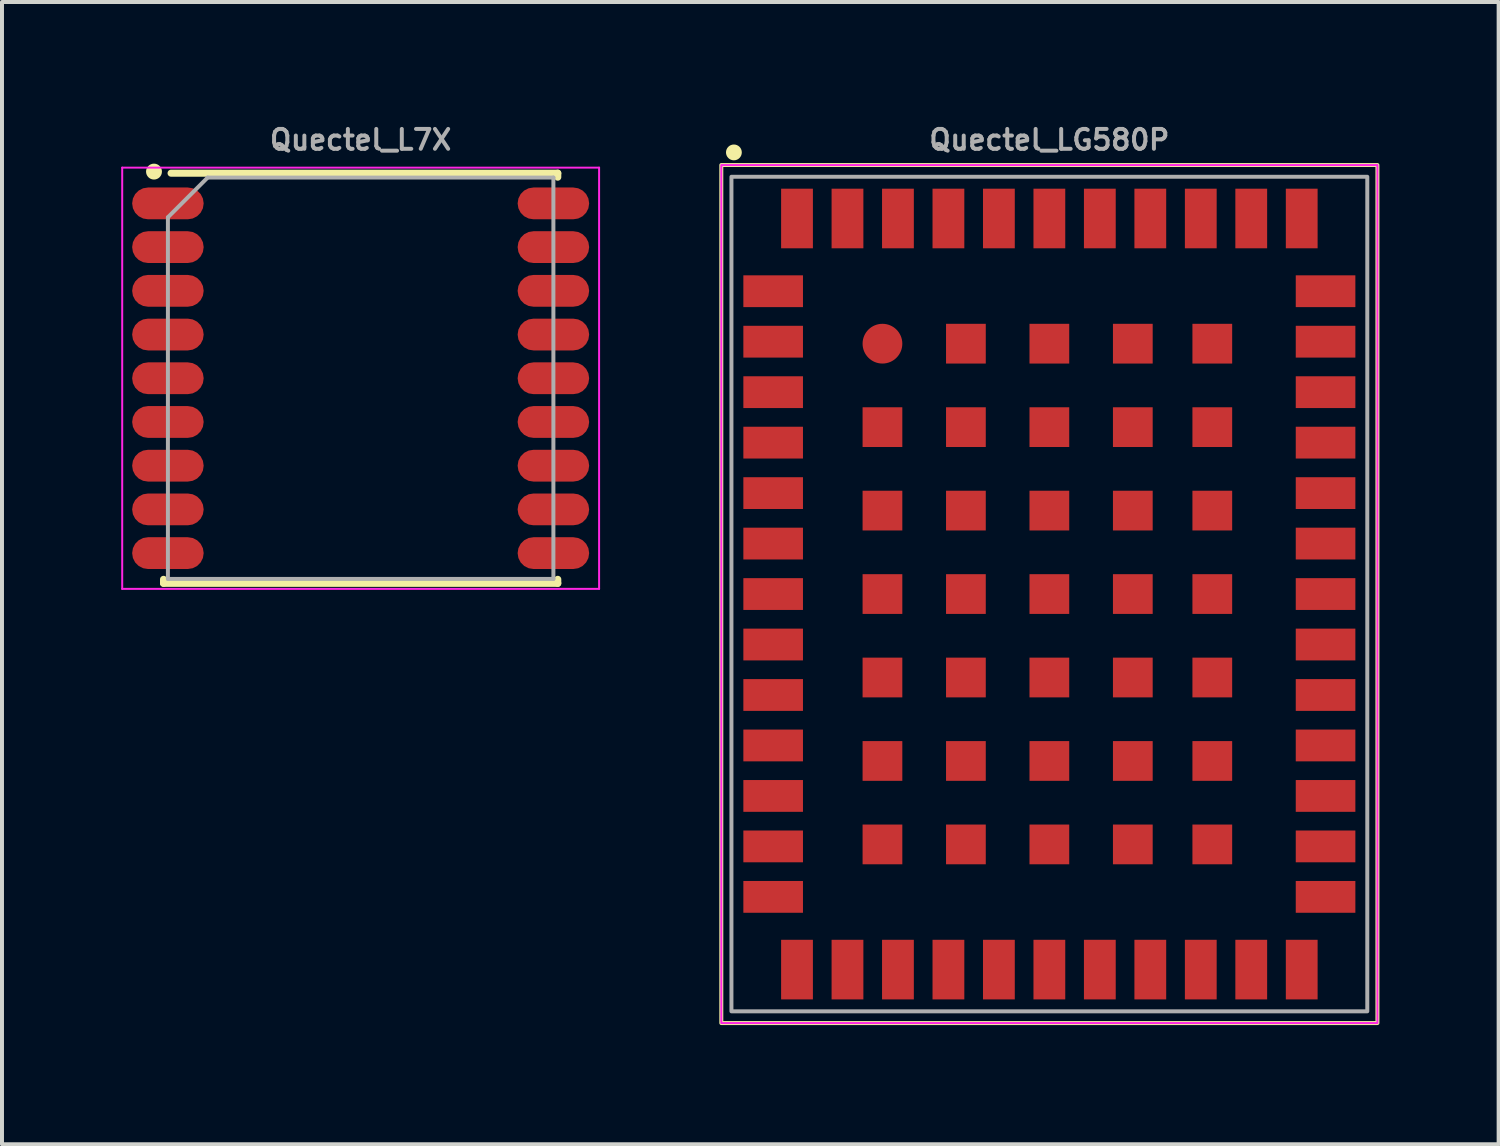
<source format=kicad_pcb>
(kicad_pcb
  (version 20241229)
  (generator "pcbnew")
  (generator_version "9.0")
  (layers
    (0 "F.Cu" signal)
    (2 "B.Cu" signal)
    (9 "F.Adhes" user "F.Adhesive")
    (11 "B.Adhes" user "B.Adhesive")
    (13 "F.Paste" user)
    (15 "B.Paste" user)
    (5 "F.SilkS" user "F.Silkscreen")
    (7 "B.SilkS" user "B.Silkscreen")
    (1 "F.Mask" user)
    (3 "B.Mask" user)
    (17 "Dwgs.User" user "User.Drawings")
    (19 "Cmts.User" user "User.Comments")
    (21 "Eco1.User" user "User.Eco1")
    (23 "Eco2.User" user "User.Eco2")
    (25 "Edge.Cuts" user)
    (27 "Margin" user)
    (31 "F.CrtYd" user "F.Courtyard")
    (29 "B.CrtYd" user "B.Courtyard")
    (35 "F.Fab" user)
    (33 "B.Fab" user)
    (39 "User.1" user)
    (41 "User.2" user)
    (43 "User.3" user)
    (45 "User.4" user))
  (footprint "Quectel_L7X"
    (layer "F.Cu")
    (at 6.025 6.468)
    (property "Reference" "Quectel_L7X" (at 0 -6 0) (layer "F.Fab") (effects (font (size 0.5 0.5) (thickness 0.1))))
    (attr smd)
    (fp_line (start -4.96 5.06) (end -4.96 5.16) (stroke (width 0.178) (type solid)) (layer "F.SilkS"))
    (fp_line (start -4.96 5.16) (end 4.96 5.16) (stroke (width 0.178) (type solid)) (layer "F.SilkS"))
    (fp_line (start -4.77 -5.16) (end 4.96 -5.16) (stroke (width 0.178) (type solid)) (layer "F.SilkS"))
    (fp_line (start 4.96 -5.16) (end 4.96 -5.06) (stroke (width 0.178) (type solid)) (layer "F.SilkS"))
    (fp_line (start 4.96 5.06) (end 4.96 5.16) (stroke (width 0.178) (type solid)) (layer "F.SilkS"))
    (fp_circle (center -5.2 -5.2) (end -5.3 -5.2) (stroke (width 0.2) (type solid)) (fill yes) (layer "F.SilkS"))
    (fp_line (start -6 -5.3) (end -6 5.3) (stroke (width 0.05) (type solid)) (layer "F.CrtYd"))
    (fp_line (start -6 -5.3) (end 6 -5.3) (stroke (width 0.05) (type solid)) (layer "F.CrtYd"))
    (fp_line (start -6 5.3) (end 6 5.3) (stroke (width 0.05) (type solid)) (layer "F.CrtYd"))
    (fp_line (start 6 -5.3) (end 6 5.3) (stroke (width 0.05) (type solid)) (layer "F.CrtYd"))
    (fp_line (start -4.85 -4.05) (end -4.85 5.05) (stroke (width 0.1) (type solid)) (layer "F.Fab"))
    (fp_line (start -4.85 5.05) (end 4.85 5.05) (stroke (width 0.1) (type solid)) (layer "F.Fab"))
    (fp_line (start -3.85 -5.05) (end -4.85 -4.05) (stroke (width 0.1) (type solid)) (layer "F.Fab"))
    (fp_line (start -3.85 -5.05) (end 4.85 -5.05) (stroke (width 0.1) (type solid)) (layer "F.Fab"))
    (fp_line (start 4.85 -5.05) (end 4.85 5.05) (stroke (width 0.1) (type solid)) (layer "F.Fab"))
    (pad "1" smd roundrect (at -4.85 -4.4) (size 1.8 0.8) (layers "F.Cu" "F.Mask" "F.Paste") (roundrect_rratio 0.5))
    (pad "2" smd roundrect (at -4.85 -3.3) (size 1.8 0.8) (layers "F.Cu" "F.Mask" "F.Paste") (roundrect_rratio 0.5))
    (pad "3" smd roundrect (at -4.85 -2.2) (size 1.8 0.8) (layers "F.Cu" "F.Mask" "F.Paste") (roundrect_rratio 0.5))
    (pad "4" smd roundrect (at -4.85 -1.1) (size 1.8 0.8) (layers "F.Cu" "F.Mask" "F.Paste") (roundrect_rratio 0.5))
    (pad "5" smd roundrect (at -4.85 0) (size 1.8 0.8) (layers "F.Cu" "F.Mask" "F.Paste") (roundrect_rratio 0.5))
    (pad "6" smd roundrect (at -4.85 1.1) (size 1.8 0.8) (layers "F.Cu" "F.Mask" "F.Paste") (roundrect_rratio 0.5))
    (pad "7" smd roundrect (at -4.85 2.2) (size 1.8 0.8) (layers "F.Cu" "F.Mask" "F.Paste") (roundrect_rratio 0.5))
    (pad "8" smd roundrect (at -4.85 3.3) (size 1.8 0.8) (layers "F.Cu" "F.Mask" "F.Paste") (roundrect_rratio 0.5))
    (pad "9" smd roundrect (at -4.85 4.4) (size 1.8 0.8) (layers "F.Cu" "F.Mask" "F.Paste") (roundrect_rratio 0.5))
    (pad "10" smd roundrect (at 4.85 4.4) (size 1.8 0.8) (layers "F.Cu" "F.Mask" "F.Paste") (roundrect_rratio 0.5))
    (pad "11" smd roundrect (at 4.85 3.3) (size 1.8 0.8) (layers "F.Cu" "F.Mask" "F.Paste") (roundrect_rratio 0.5))
    (pad "12" smd roundrect (at 4.85 2.2) (size 1.8 0.8) (layers "F.Cu" "F.Mask" "F.Paste") (roundrect_rratio 0.5))
    (pad "13" smd roundrect (at 4.85 1.1) (size 1.8 0.8) (layers "F.Cu" "F.Mask" "F.Paste") (roundrect_rratio 0.5))
    (pad "14" smd roundrect (at 4.85 0) (size 1.8 0.8) (layers "F.Cu" "F.Mask" "F.Paste") (roundrect_rratio 0.5))
    (pad "15" smd roundrect (at 4.85 -1.1) (size 1.8 0.8) (layers "F.Cu" "F.Mask" "F.Paste") (roundrect_rratio 0.5))
    (pad "16" smd roundrect (at 4.85 -2.2) (size 1.8 0.8) (layers "F.Cu" "F.Mask" "F.Paste") (roundrect_rratio 0.5))
    (pad "17" smd roundrect (at 4.85 -3.3) (size 1.8 0.8) (layers "F.Cu" "F.Mask" "F.Paste") (roundrect_rratio 0.5))
    (pad "18" smd roundrect (at 4.85 -4.4) (size 1.8 0.8) (layers "F.Cu" "F.Mask" "F.Paste") (roundrect_rratio 0.5)))
  (footprint "Quectel_LG580P"
    (layer "F.Cu")
    (at 23.355 11.898)
    (property "Reference" "Quectel_LG580P" (at 0 -11.43 0) (layer "F.Fab") (effects (font (size 0.5 0.5) (thickness 0.1))))
    (attr smd)
    (fp_rect (start -8.255 -10.795) (end 8.255 10.795) (stroke (width 0.1) (type default)) (fill no) (layer "F.SilkS"))
    (fp_circle (center -7.938 -11.113) (end -8.037 -11.113) (stroke (width 0.2) (type solid)) (fill yes) (layer "F.SilkS"))
    (fp_rect (start -8.255 -10.795) (end 8.255 10.795) (stroke (width 0.05) (type default)) (fill no) (layer "F.CrtYd"))
    (fp_rect (start -8 -10.5) (end 8 10.5) (stroke (width 0.1) (type default)) (fill no) (layer "F.Fab"))
    (pad "1" smd rect (at -6.95 -7.62) (size 1.5 0.8) (layers "F.Cu" "F.Mask" "F.Paste"))
    (pad "2" smd rect (at -6.95 -6.35) (size 1.5 0.8) (layers "F.Cu" "F.Mask" "F.Paste"))
    (pad "3" smd rect (at -6.95 -5.08) (size 1.5 0.8) (layers "F.Cu" "F.Mask" "F.Paste"))
    (pad "4" smd rect (at -6.95 -3.81) (size 1.5 0.8) (layers "F.Cu" "F.Mask" "F.Paste"))
    (pad "5" smd rect (at -6.95 -2.54) (size 1.5 0.8) (layers "F.Cu" "F.Mask" "F.Paste"))
    (pad "6" smd rect (at -6.95 -1.27) (size 1.5 0.8) (layers "F.Cu" "F.Mask" "F.Paste"))
    (pad "7" smd rect (at -6.95 0) (size 1.5 0.8) (layers "F.Cu" "F.Mask" "F.Paste"))
    (pad "8" smd rect (at -6.95 1.27) (size 1.5 0.8) (layers "F.Cu" "F.Mask" "F.Paste"))
    (pad "9" smd rect (at -6.95 2.54) (size 1.5 0.8) (layers "F.Cu" "F.Mask" "F.Paste"))
    (pad "10" smd rect (at -6.95 3.81) (size 1.5 0.8) (layers "F.Cu" "F.Mask" "F.Paste"))
    (pad "11" smd rect (at -6.95 5.08) (size 1.5 0.8) (layers "F.Cu" "F.Mask" "F.Paste"))
    (pad "12" smd rect (at -6.95 6.35) (size 1.5 0.8) (layers "F.Cu" "F.Mask" "F.Paste"))
    (pad "13" smd rect (at -6.95 7.62) (size 1.5 0.8) (layers "F.Cu" "F.Mask" "F.Paste"))
    (pad "14" smd rect (at -6.35 9.45 90) (size 1.5 0.8) (layers "F.Cu" "F.Mask" "F.Paste"))
    (pad "15" smd rect (at -5.08 9.45 90) (size 1.5 0.8) (layers "F.Cu" "F.Mask" "F.Paste"))
    (pad "16" smd rect (at -3.81 9.45 90) (size 1.5 0.8) (layers "F.Cu" "F.Mask" "F.Paste"))
    (pad "17" smd rect (at -2.54 9.45 90) (size 1.5 0.8) (layers "F.Cu" "F.Mask" "F.Paste"))
    (pad "18" smd rect (at -1.27 9.45 90) (size 1.5 0.8) (layers "F.Cu" "F.Mask" "F.Paste"))
    (pad "19" smd rect (at 0 9.45 90) (size 1.5 0.8) (layers "F.Cu" "F.Mask" "F.Paste"))
    (pad "20" smd rect (at 1.27 9.45 90) (size 1.5 0.8) (layers "F.Cu" "F.Mask" "F.Paste"))
    (pad "21" smd rect (at 2.54 9.45 90) (size 1.5 0.8) (layers "F.Cu" "F.Mask" "F.Paste"))
    (pad "22" smd rect (at 3.81 9.45 90) (size 1.5 0.8) (layers "F.Cu" "F.Mask" "F.Paste"))
    (pad "23" smd rect (at 5.08 9.45 90) (size 1.5 0.8) (layers "F.Cu" "F.Mask" "F.Paste"))
    (pad "24" smd rect (at 6.35 9.45 90) (size 1.5 0.8) (layers "F.Cu" "F.Mask" "F.Paste"))
    (pad "25" smd rect (at 6.95 7.62) (size 1.5 0.8) (layers "F.Cu" "F.Mask" "F.Paste"))
    (pad "26" smd rect (at 6.95 6.35) (size 1.5 0.8) (layers "F.Cu" "F.Mask" "F.Paste"))
    (pad "27" smd rect (at 6.95 5.08) (size 1.5 0.8) (layers "F.Cu" "F.Mask" "F.Paste"))
    (pad "28" smd rect (at 6.95 3.81) (size 1.5 0.8) (layers "F.Cu" "F.Mask" "F.Paste"))
    (pad "29" smd rect (at 6.95 2.54) (size 1.5 0.8) (layers "F.Cu" "F.Mask" "F.Paste"))
    (pad "30" smd rect (at 6.95 1.27) (size 1.5 0.8) (layers "F.Cu" "F.Mask" "F.Paste"))
    (pad "31" smd rect (at 6.95 0) (size 1.5 0.8) (layers "F.Cu" "F.Mask" "F.Paste"))
    (pad "32" smd rect (at 6.95 -1.27) (size 1.5 0.8) (layers "F.Cu" "F.Mask" "F.Paste"))
    (pad "33" smd rect (at 6.95 -2.54) (size 1.5 0.8) (layers "F.Cu" "F.Mask" "F.Paste"))
    (pad "34" smd rect (at 6.95 -3.81) (size 1.5 0.8) (layers "F.Cu" "F.Mask" "F.Paste"))
    (pad "35" smd rect (at 6.95 -5.08) (size 1.5 0.8) (layers "F.Cu" "F.Mask" "F.Paste"))
    (pad "36" smd rect (at 6.95 -6.35) (size 1.5 0.8) (layers "F.Cu" "F.Mask" "F.Paste"))
    (pad "37" smd rect (at 6.95 -7.62) (size 1.5 0.8) (layers "F.Cu" "F.Mask" "F.Paste"))
    (pad "38" smd rect (at 6.35 -9.45 90) (size 1.5 0.8) (layers "F.Cu" "F.Mask" "F.Paste"))
    (pad "39" smd rect (at 5.08 -9.45 90) (size 1.5 0.8) (layers "F.Cu" "F.Mask" "F.Paste"))
    (pad "40" smd rect (at 3.81 -9.45 90) (size 1.5 0.8) (layers "F.Cu" "F.Mask" "F.Paste"))
    (pad "41" smd rect (at 2.54 -9.45 90) (size 1.5 0.8) (layers "F.Cu" "F.Mask" "F.Paste"))
    (pad "42" smd rect (at 1.27 -9.45 90) (size 1.5 0.8) (layers "F.Cu" "F.Mask" "F.Paste"))
    (pad "43" smd rect (at 0 -9.45 90) (size 1.5 0.8) (layers "F.Cu" "F.Mask" "F.Paste"))
    (pad "44" smd rect (at -1.27 -9.45 90) (size 1.5 0.8) (layers "F.Cu" "F.Mask" "F.Paste"))
    (pad "45" smd rect (at -2.54 -9.45 90) (size 1.5 0.8) (layers "F.Cu" "F.Mask" "F.Paste"))
    (pad "46" smd rect (at -3.81 -9.45 90) (size 1.5 0.8) (layers "F.Cu" "F.Mask" "F.Paste"))
    (pad "47" smd rect (at -5.08 -9.45 90) (size 1.5 0.8) (layers "F.Cu" "F.Mask" "F.Paste"))
    (pad "48" smd rect (at -6.35 -9.45 90) (size 1.5 0.8) (layers "F.Cu" "F.Mask" "F.Paste"))
    (pad "49" smd circle (at -4.2 -6.3) (size 1 1) (layers "F.Cu" "F.Mask" "F.Paste"))
    (pad "49" smd rect (at -4.2 -4.2 180) (size 1 1) (layers "F.Cu" "F.Mask" "F.Paste"))
    (pad "49" smd rect (at -4.2 -2.1 180) (size 1 1) (layers "F.Cu" "F.Mask" "F.Paste"))
    (pad "49" smd rect (at -4.2 0 180) (size 1 1) (layers "F.Cu" "F.Mask" "F.Paste"))
    (pad "49" smd rect (at -4.2 2.1 180) (size 1 1) (layers "F.Cu" "F.Mask" "F.Paste"))
    (pad "49" smd rect (at -4.2 4.2 180) (size 1 1) (layers "F.Cu" "F.Mask" "F.Paste"))
    (pad "49" smd rect (at -4.2 6.3 180) (size 1 1) (layers "F.Cu" "F.Mask" "F.Paste"))
    (pad "49" smd rect (at -2.1 -6.3 180) (size 1 1) (layers "F.Cu" "F.Mask" "F.Paste"))
    (pad "49" smd rect (at -2.1 -4.2 180) (size 1 1) (layers "F.Cu" "F.Mask" "F.Paste"))
    (pad "49" smd rect (at -2.1 -2.1 180) (size 1 1) (layers "F.Cu" "F.Mask" "F.Paste"))
    (pad "49" smd rect (at -2.1 0 180) (size 1 1) (layers "F.Cu" "F.Mask" "F.Paste"))
    (pad "49" smd rect (at -2.1 2.1 180) (size 1 1) (layers "F.Cu" "F.Mask" "F.Paste"))
    (pad "49" smd rect (at -2.1 4.2 180) (size 1 1) (layers "F.Cu" "F.Mask" "F.Paste"))
    (pad "49" smd rect (at -2.1 6.3 180) (size 1 1) (layers "F.Cu" "F.Mask" "F.Paste"))
    (pad "49" smd rect (at 0 -6.3 180) (size 1 1) (layers "F.Cu" "F.Mask" "F.Paste"))
    (pad "49" smd rect (at 0 -4.2 180) (size 1 1) (layers "F.Cu" "F.Mask" "F.Paste"))
    (pad "49" smd rect (at 0 -2.1 180) (size 1 1) (layers "F.Cu" "F.Mask" "F.Paste"))
    (pad "49" smd rect (at 0 0 180) (size 1 1) (layers "F.Cu" "F.Mask" "F.Paste"))
    (pad "49" smd rect (at 0 2.1 180) (size 1 1) (layers "F.Cu" "F.Mask" "F.Paste"))
    (pad "49" smd rect (at 0 4.2 180) (size 1 1) (layers "F.Cu" "F.Mask" "F.Paste"))
    (pad "49" smd rect (at 0 6.3 180) (size 1 1) (layers "F.Cu" "F.Mask" "F.Paste"))
    (pad "49" smd rect (at 2.1 -6.3 180) (size 1 1) (layers "F.Cu" "F.Mask" "F.Paste"))
    (pad "49" smd rect (at 2.1 -4.2 180) (size 1 1) (layers "F.Cu" "F.Mask" "F.Paste"))
    (pad "49" smd rect (at 2.1 -2.1 180) (size 1 1) (layers "F.Cu" "F.Mask" "F.Paste"))
    (pad "49" smd rect (at 2.1 0 180) (size 1 1) (layers "F.Cu" "F.Mask" "F.Paste"))
    (pad "49" smd rect (at 2.1 2.1 180) (size 1 1) (layers "F.Cu" "F.Mask" "F.Paste"))
    (pad "49" smd rect (at 2.1 4.2 180) (size 1 1) (layers "F.Cu" "F.Mask" "F.Paste"))
    (pad "49" smd rect (at 2.1 6.3 180) (size 1 1) (layers "F.Cu" "F.Mask" "F.Paste"))
    (pad "49" smd rect (at 4.1 -6.3 180) (size 1 1) (layers "F.Cu" "F.Mask" "F.Paste"))
    (pad "49" smd rect (at 4.1 -4.2 180) (size 1 1) (layers "F.Cu" "F.Mask" "F.Paste"))
    (pad "49" smd rect (at 4.1 -2.1 180) (size 1 1) (layers "F.Cu" "F.Mask" "F.Paste"))
    (pad "49" smd rect (at 4.1 0 180) (size 1 1) (layers "F.Cu" "F.Mask" "F.Paste"))
    (pad "49" smd rect (at 4.1 2.1 180) (size 1 1) (layers "F.Cu" "F.Mask" "F.Paste"))
    (pad "49" smd rect (at 4.1 4.2 180) (size 1 1) (layers "F.Cu" "F.Mask" "F.Paste"))
    (pad "49" smd rect (at 4.1 6.3 180) (size 1 1) (layers "F.Cu" "F.Mask" "F.Paste")))
  (gr_rect
    (start -3 -3)
    (end 34.66 25.743)
    (stroke (width 0.1) (type default))
    (fill no)
    (layer "Edge.Cuts")))
</source>
